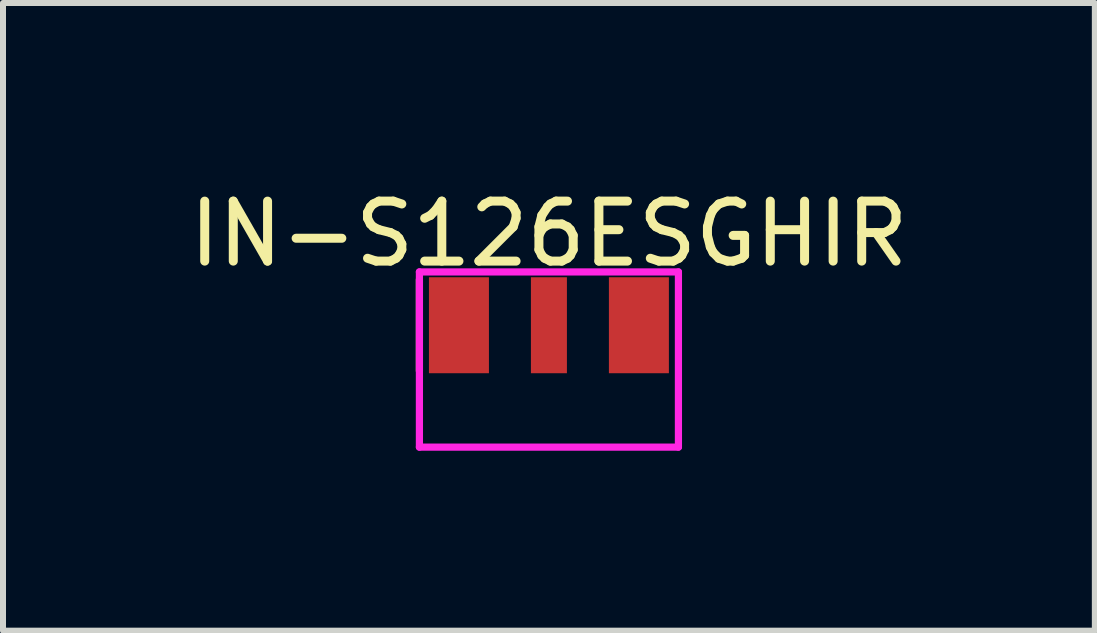
<source format=kicad_pcb>
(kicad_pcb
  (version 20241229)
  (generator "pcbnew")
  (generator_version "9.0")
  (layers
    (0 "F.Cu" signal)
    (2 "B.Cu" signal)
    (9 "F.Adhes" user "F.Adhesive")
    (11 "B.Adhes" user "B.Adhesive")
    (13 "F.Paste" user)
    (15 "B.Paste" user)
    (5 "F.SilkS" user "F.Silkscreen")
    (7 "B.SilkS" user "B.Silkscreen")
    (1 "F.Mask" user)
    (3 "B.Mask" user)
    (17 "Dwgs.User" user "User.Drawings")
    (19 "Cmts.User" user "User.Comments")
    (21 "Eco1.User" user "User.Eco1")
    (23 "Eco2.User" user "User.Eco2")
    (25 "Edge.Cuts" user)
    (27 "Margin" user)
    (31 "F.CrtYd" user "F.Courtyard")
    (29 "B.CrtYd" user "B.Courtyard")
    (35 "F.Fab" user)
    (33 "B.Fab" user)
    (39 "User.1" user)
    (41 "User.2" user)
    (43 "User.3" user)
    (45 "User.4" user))
  (footprint "IN-S126ESGHIR"
    (layer "F.Cu")
    (at 6.101 2.372)
    (property "Reference" "IN-S126ESGHIR" (at 0 -1.524 0) (layer "F.SilkS") (effects (font (size 1 1) (thickness 0.15))))
    (attr through_hole)
    (fp_line (start -2.159 0.762) (end -2.159 -0.762) (stroke (width 0.12) (type solid)) (layer "F.SilkS"))
    (fp_line (start -2.159 -0.889) (end -2.159 2.032) (stroke (width 0.12) (type solid)) (layer "F.CrtYd"))
    (fp_line (start -2.159 2.032) (end 2.159 2.032) (stroke (width 0.12) (type solid)) (layer "F.CrtYd"))
    (fp_line (start 2.159 -0.889) (end -2.159 -0.889) (stroke (width 0.12) (type solid)) (layer "F.CrtYd"))
    (fp_line (start 2.159 2.032) (end 2.159 -0.889) (stroke (width 0.12) (type solid)) (layer "F.CrtYd"))
    (pad "" smd rect (at 0 0) (size 0.6 1.6) (layers "F.Cu" "F.Mask" "F.Paste"))
    (pad "1" smd rect (at -1.5 0) (size 1 1.6) (layers "F.Cu" "F.Mask" "F.Paste"))
    (pad "2" smd rect (at 1.5 0) (size 1 1.6) (layers "F.Cu" "F.Mask" "F.Paste")))
  (gr_rect
    (start -3 -3)
    (end 15.202 7.464)
    (stroke (width 0.1) (type default))
    (fill no)
    (layer "Edge.Cuts")))
</source>
